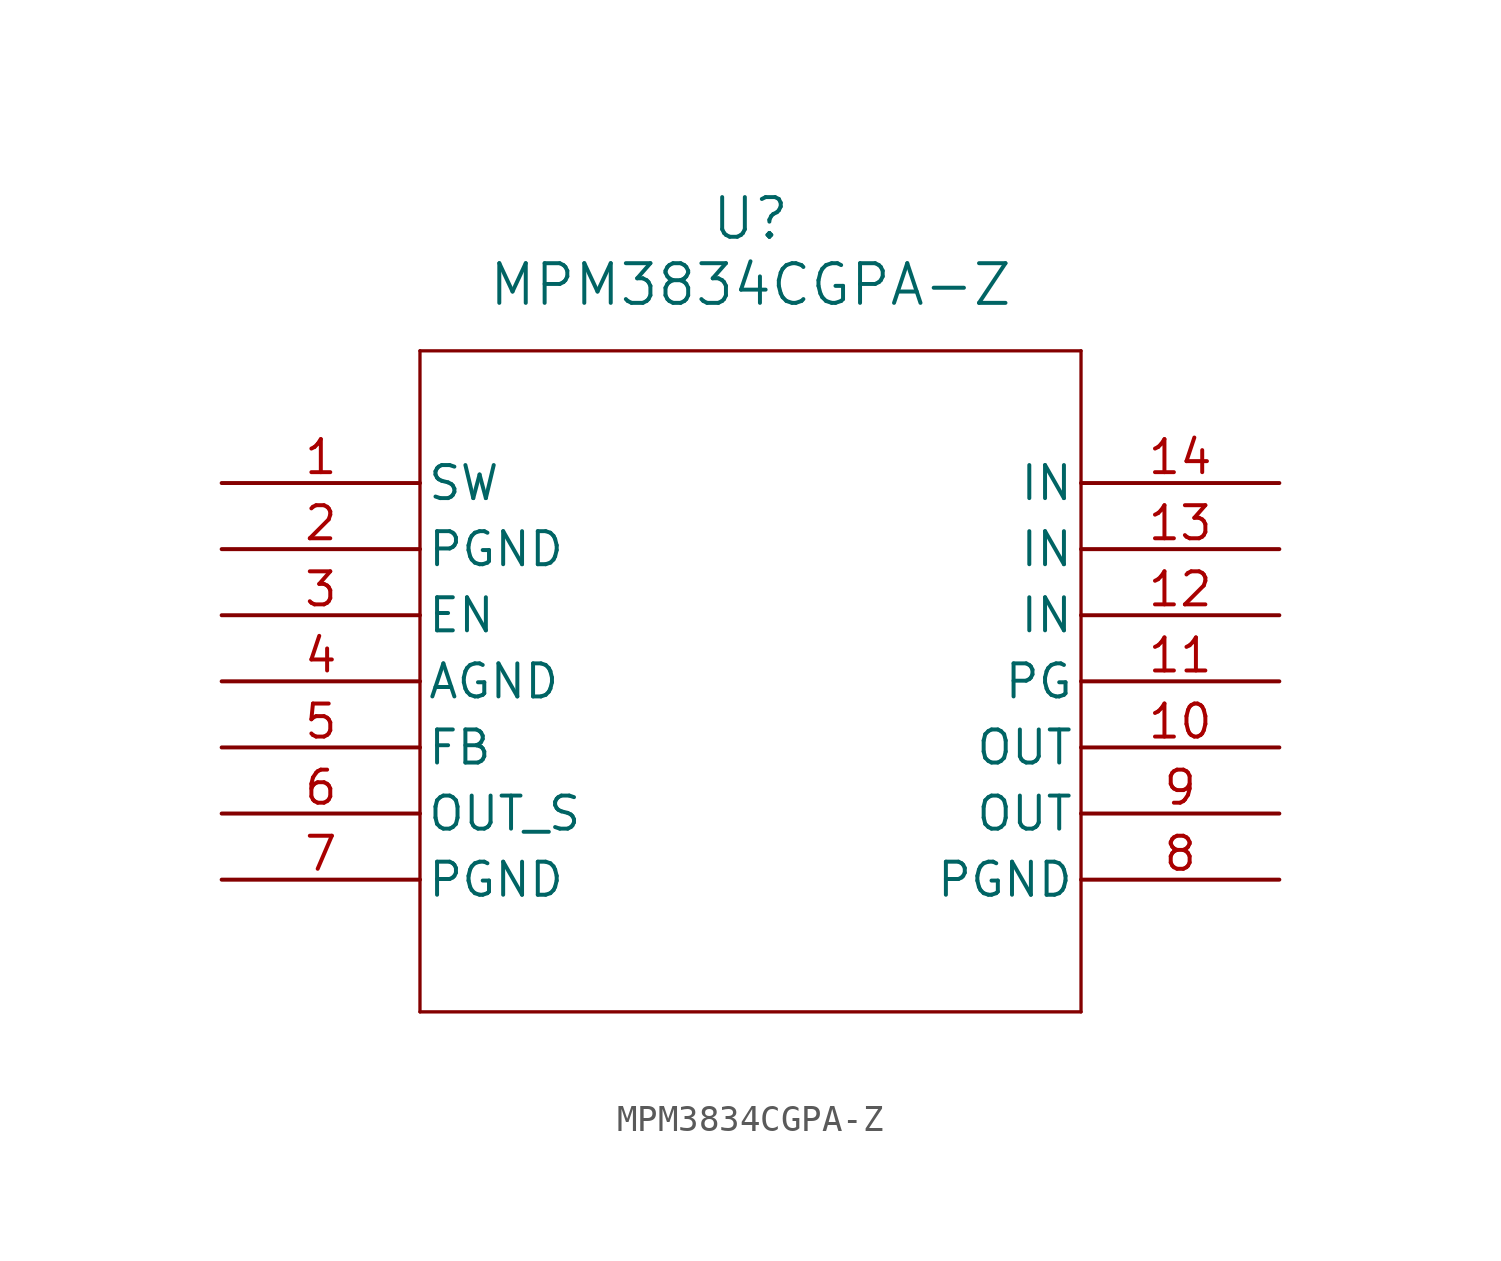
<source format=kicad_sym>
(kicad_symbol_lib
  (version 20211014)
  (generator kicad_symbol_editor)
  (symbol "MPM3834CGPA-Z"
    (pin_names
      (offset 0.254))
    (property "Reference" "U"
      (at 20.32 10.16 0)
      (effects (font (size 1.524 1.524))))
    (property "Value" "MPM3834CGPA-Z"
      (at 20.32 7.62 0)
      (effects (font (size 1.524 1.524))))
    (polyline
      (pts (xy 7.62 5.08) (xy 7.62 -20.32))
      (stroke (width 0.127) (type default) (color 0 0 0 0))
      (fill (type none)))
    (polyline
      (pts (xy 7.62 -20.32) (xy 33.02 -20.32))
      (stroke (width 0.127) (type default) (color 0 0 0 0))
      (fill (type none)))
    (polyline
      (pts (xy 33.02 -20.32) (xy 33.02 5.08))
      (stroke (width 0.127) (type default) (color 0 0 0 0))
      (fill (type none)))
    (polyline
      (pts (xy 33.02 5.08) (xy 7.62 5.08))
      (stroke (width 0.127) (type default) (color 0 0 0 0))
      (fill (type none)))
    (pin unspecified line
      (at 0 0 0)
      (length 7.62)
      (name "SW" (effects (font (size 1.27 1.27))))
      (number "1" (effects (font (size 1.27 1.27)))))
    (pin power_in line
      (at 0 -2.54 0)
      (length 7.62)
      (name "PGND" (effects (font (size 1.27 1.27))))
      (number "2" (effects (font (size 1.27 1.27)))))
    (pin unspecified line
      (at 0 -5.08 0)
      (length 7.62)
      (name "EN" (effects (font (size 1.27 1.27))))
      (number "3" (effects (font (size 1.27 1.27)))))
    (pin power_in line
      (at 0 -7.62 0)
      (length 7.62)
      (name "AGND" (effects (font (size 1.27 1.27))))
      (number "4" (effects (font (size 1.27 1.27)))))
    (pin unspecified line
      (at 0 -10.16 0)
      (length 7.62)
      (name "FB" (effects (font (size 1.27 1.27))))
      (number "5" (effects (font (size 1.27 1.27)))))
    (pin output line
      (at 0 -12.7 0)
      (length 7.62)
      (name "OUT_S" (effects (font (size 1.27 1.27))))
      (number "6" (effects (font (size 1.27 1.27)))))
    (pin power_in line
      (at 0 -15.24 0)
      (length 7.62)
      (name "PGND" (effects (font (size 1.27 1.27))))
      (number "7" (effects (font (size 1.27 1.27)))))
    (pin power_in line
      (at 40.64 -15.24 180)
      (length 7.62)
      (name "PGND" (effects (font (size 1.27 1.27))))
      (number "8" (effects (font (size 1.27 1.27)))))
    (pin power_in line
      (at 40.64 -12.7 180)
      (length 7.62)
      (name "OUT" (effects (font (size 1.27 1.27))))
      (number "9" (effects (font (size 1.27 1.27)))))
    (pin power_in line
      (at 40.64 -10.16 180)
      (length 7.62)
      (name "OUT" (effects (font (size 1.27 1.27))))
      (number "10" (effects (font (size 1.27 1.27)))))
    (pin output line
      (at 40.64 -7.62 180)
      (length 7.62)
      (name "PG" (effects (font (size 1.27 1.27))))
      (number "11" (effects (font (size 1.27 1.27)))))
    (pin power_in line
      (at 40.64 -5.08 180)
      (length 7.62)
      (name "IN" (effects (font (size 1.27 1.27))))
      (number "12" (effects (font (size 1.27 1.27)))))
    (pin power_in line
      (at 40.64 -2.54 180)
      (length 7.62)
      (name "IN" (effects (font (size 1.27 1.27))))
      (number "13" (effects (font (size 1.27 1.27)))))
    (pin power_in line
      (at 40.64 0 180)
      (length 7.62)
      (name "IN" (effects (font (size 1.27 1.27))))
      (number "14" (effects (font (size 1.27 1.27)))))))
</source>
